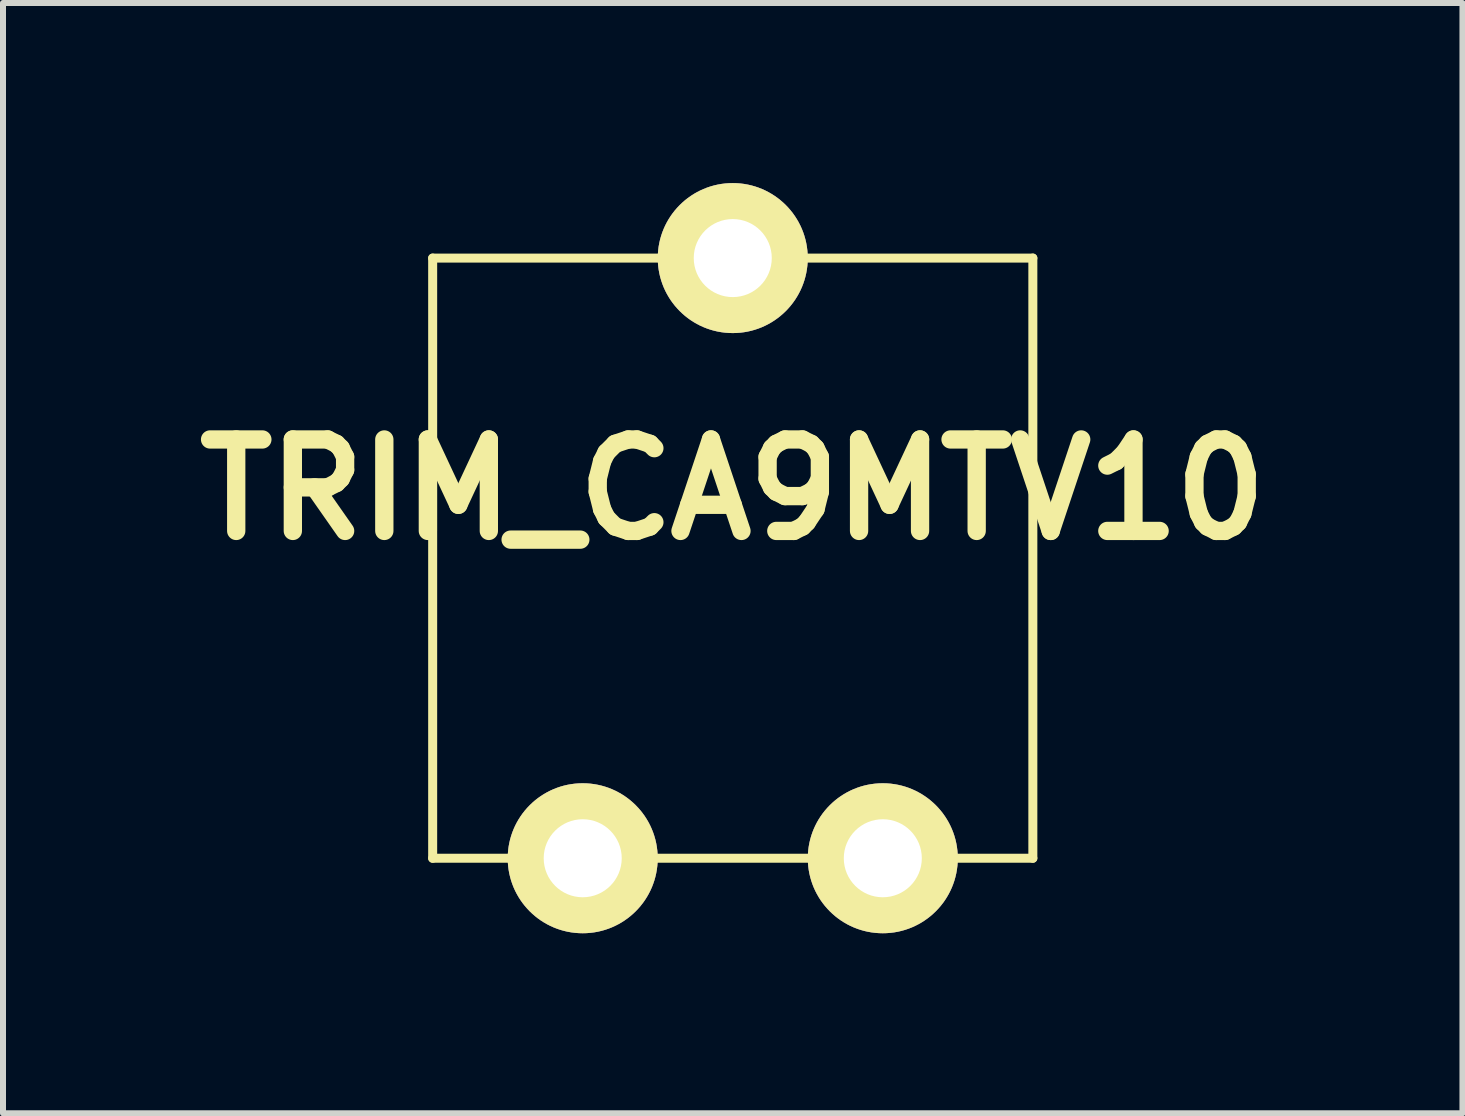
<source format=kicad_pcb>
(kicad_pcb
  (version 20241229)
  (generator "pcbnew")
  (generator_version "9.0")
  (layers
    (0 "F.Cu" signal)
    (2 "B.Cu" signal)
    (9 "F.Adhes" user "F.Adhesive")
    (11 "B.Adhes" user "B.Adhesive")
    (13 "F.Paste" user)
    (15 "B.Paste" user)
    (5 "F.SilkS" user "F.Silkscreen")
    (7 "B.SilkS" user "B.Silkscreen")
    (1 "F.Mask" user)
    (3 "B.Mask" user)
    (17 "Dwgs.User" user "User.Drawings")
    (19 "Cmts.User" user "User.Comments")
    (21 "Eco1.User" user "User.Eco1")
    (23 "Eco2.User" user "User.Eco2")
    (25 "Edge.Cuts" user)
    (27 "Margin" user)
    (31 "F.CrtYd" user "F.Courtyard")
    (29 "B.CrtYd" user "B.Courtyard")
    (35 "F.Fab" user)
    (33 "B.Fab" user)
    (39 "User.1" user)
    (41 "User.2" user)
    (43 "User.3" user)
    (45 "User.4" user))
  (footprint "TRIM_CA9MTV10"
    (layer "F.Cu")
    (at 9.159 6.25)
    (property "Reference" "TRIM_CA9MTV10" (at 0 -1.143 0) (layer "F.SilkS") (effects (font (size 1.524 1.524) (thickness 0.305))))
    (attr through_hole)
    (fp_line (start -5 -5) (end -5 5) (stroke (width 0.15) (type solid)) (layer "F.SilkS"))
    (fp_line (start -5 5) (end 5 5) (stroke (width 0.15) (type solid)) (layer "F.SilkS"))
    (fp_line (start 5 -5) (end -5 -5) (stroke (width 0.15) (type solid)) (layer "F.SilkS"))
    (fp_line (start 5 5) (end 5 -5) (stroke (width 0.15) (type solid)) (layer "F.SilkS"))
    (pad "1" thru_hole circle (at -2.5 5) (size 2.499 2.499) (drill 1.3) (layers "*.Cu" "*.Mask" "F.SilkS"))
    (pad "2" thru_hole circle (at 0 -5) (size 2.499 2.499) (drill 1.3) (layers "*.Cu" "*.Mask" "F.SilkS"))
    (pad "3" thru_hole circle (at 2.5 5) (size 2.499 2.499) (drill 1.3) (layers "*.Cu" "*.Mask" "F.SilkS")))
  (gr_rect
    (start -3 -3)
    (end 21.317 15.499)
    (stroke (width 0.1) (type default))
    (fill no)
    (layer "Edge.Cuts")))
</source>
